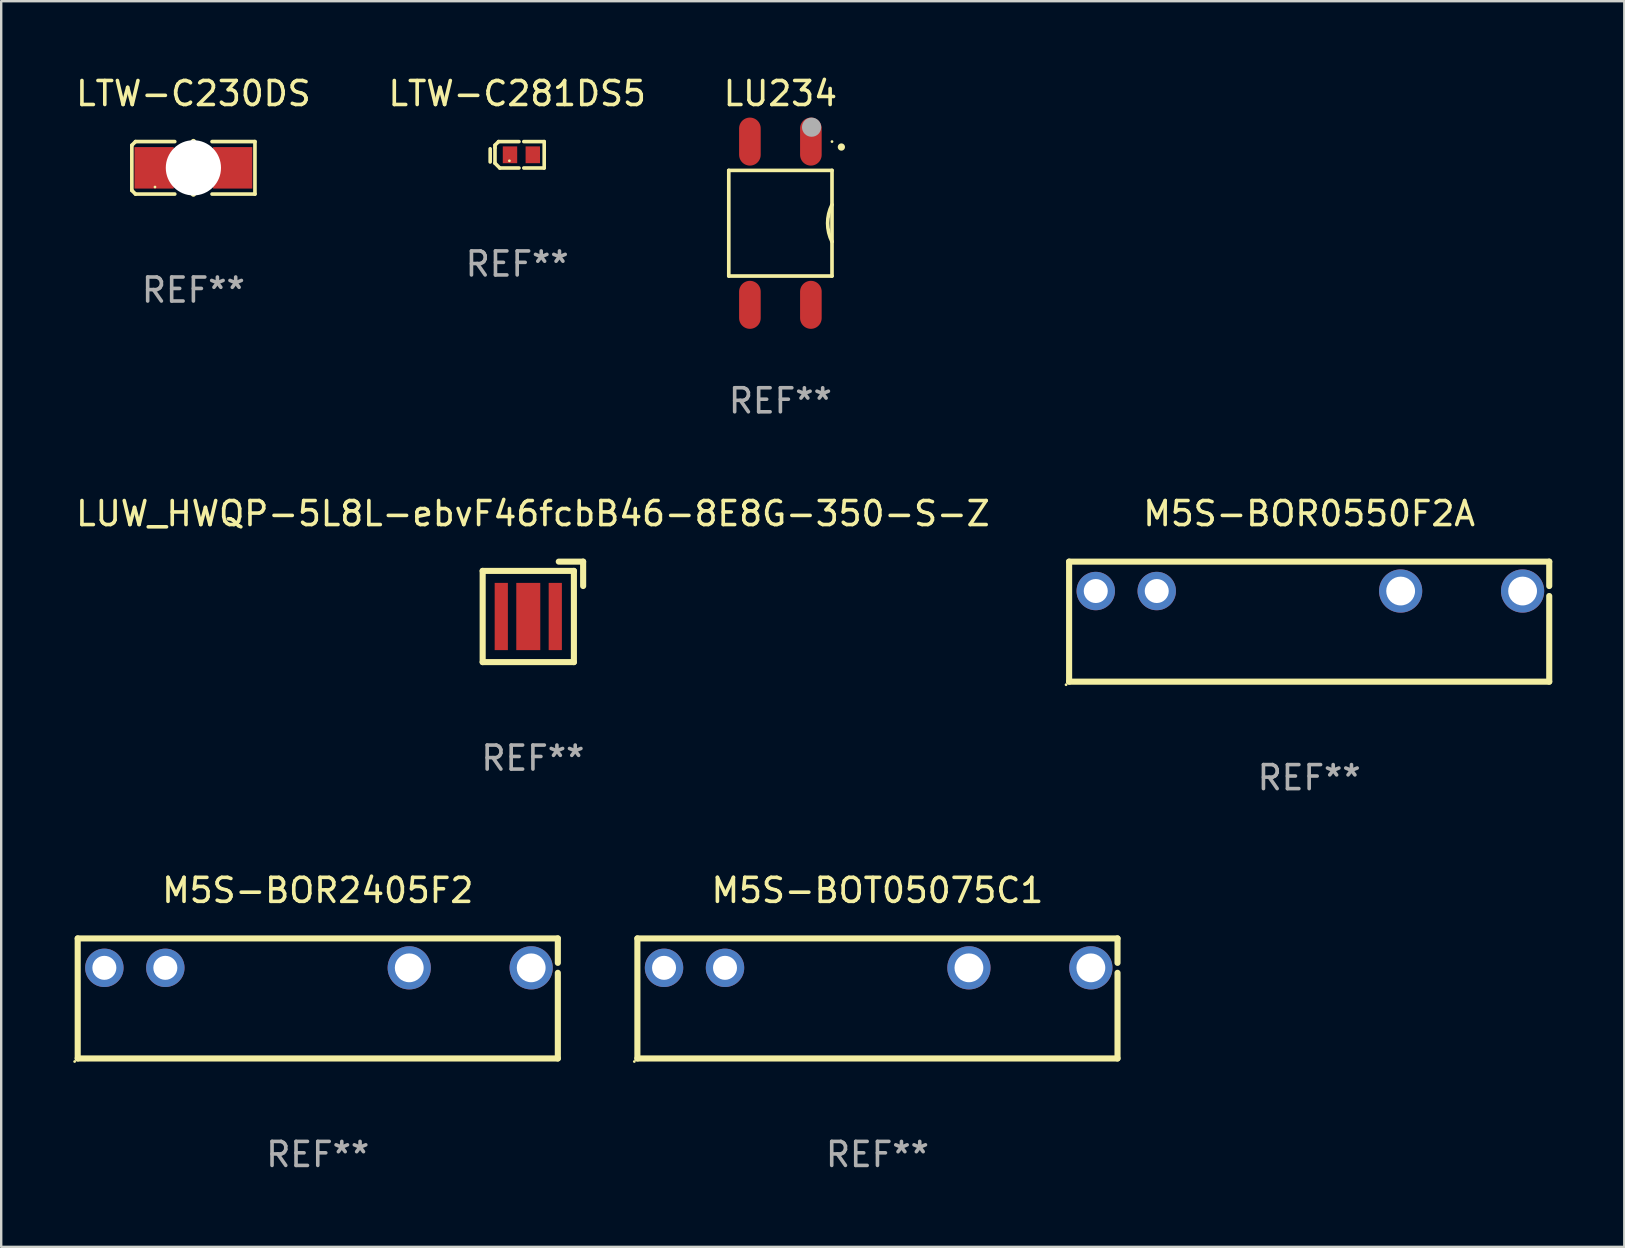
<source format=kicad_pcb>
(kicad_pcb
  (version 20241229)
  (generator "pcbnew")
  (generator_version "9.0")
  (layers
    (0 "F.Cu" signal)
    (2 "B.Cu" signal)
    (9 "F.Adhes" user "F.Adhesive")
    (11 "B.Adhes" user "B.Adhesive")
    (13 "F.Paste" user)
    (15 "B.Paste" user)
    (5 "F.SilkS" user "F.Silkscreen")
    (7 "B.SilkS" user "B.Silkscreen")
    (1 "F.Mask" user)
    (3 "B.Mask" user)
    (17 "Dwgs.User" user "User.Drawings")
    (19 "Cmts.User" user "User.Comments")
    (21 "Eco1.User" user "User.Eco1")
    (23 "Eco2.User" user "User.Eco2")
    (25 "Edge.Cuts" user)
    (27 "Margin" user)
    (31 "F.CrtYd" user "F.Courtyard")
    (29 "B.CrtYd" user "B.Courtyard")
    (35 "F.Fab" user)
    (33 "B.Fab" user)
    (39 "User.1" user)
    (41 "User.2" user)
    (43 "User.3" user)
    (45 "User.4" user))
  (footprint "M5S-BOR0550F2A"
    (layer "F.Cu")
    (at 51.485 22.845)
    (property "Reference" "M5S-BOR0550F2A" (at 0 -4.5 0) (layer "F.SilkS") (effects (font (size 1 1) (thickness 0.15))))
    (attr through_hole)
    (fp_line (start -10 -2.5) (end 10 -2.5) (stroke (width 0.254) (type solid)) (layer "F.SilkS"))
    (fp_line (start -10 2.5) (end -10 -2.5) (stroke (width 0.254) (type solid)) (layer "F.SilkS"))
    (fp_line (start 10 -2.5) (end 10 -1.482) (stroke (width 0.254) (type solid)) (layer "F.SilkS"))
    (fp_line (start 10 -1.068) (end 10 2.5) (stroke (width 0.254) (type solid)) (layer "F.SilkS"))
    (fp_line (start 10 2.5) (end -10 2.5) (stroke (width 0.254) (type solid)) (layer "F.SilkS"))
    (fp_circle (center -10.127 2.627) (end -10.097 2.627) (stroke (width 0.06) (type solid)) (fill no) (layer "F.SilkS"))
    (fp_text user "REF**" (at 0 6.5 0) (layer "F.Fab") (effects (font (size 1 1) (thickness 0.15))))
    (pad "1" thru_hole circle (at -8.89 -1.275) (size 1.6 1.6) (drill 1) (layers "*.Cu" "*.Mask"))
    (pad "2" thru_hole circle (at -6.35 -1.275) (size 1.6 1.6) (drill 1) (layers "*.Cu" "*.Mask"))
    (pad "6" thru_hole circle (at 3.81 -1.275) (size 1.8 1.8) (drill 1.2) (layers "*.Cu" "*.Mask"))
    (pad "8" thru_hole circle (at 8.89 -1.275) (size 1.8 1.8) (drill 1.2) (layers "*.Cu" "*.Mask")))
  (footprint "M5S-BOT05075C1"
    (layer "F.Cu")
    (at 33.501 38.541)
    (property "Reference" "M5S-BOT05075C1" (at 0 -4.5 0) (layer "F.SilkS") (effects (font (size 1 1) (thickness 0.15))))
    (attr through_hole)
    (fp_line (start -10 -2.5) (end 10 -2.5) (stroke (width 0.254) (type solid)) (layer "F.SilkS"))
    (fp_line (start -10 2.5) (end -10 -2.5) (stroke (width 0.254) (type solid)) (layer "F.SilkS"))
    (fp_line (start 10 -2.5) (end 10 -1.482) (stroke (width 0.254) (type solid)) (layer "F.SilkS"))
    (fp_line (start 10 -1.068) (end 10 2.5) (stroke (width 0.254) (type solid)) (layer "F.SilkS"))
    (fp_line (start 10 2.5) (end -10 2.5) (stroke (width 0.254) (type solid)) (layer "F.SilkS"))
    (fp_circle (center -10.127 2.627) (end -10.097 2.627) (stroke (width 0.06) (type solid)) (fill no) (layer "F.SilkS"))
    (fp_text user "REF**" (at 0 6.5 0) (layer "F.Fab") (effects (font (size 1 1) (thickness 0.15))))
    (pad "1" thru_hole circle (at -8.89 -1.275) (size 1.6 1.6) (drill 1) (layers "*.Cu" "*.Mask"))
    (pad "2" thru_hole circle (at -6.35 -1.275) (size 1.6 1.6) (drill 1) (layers "*.Cu" "*.Mask"))
    (pad "6" thru_hole circle (at 3.81 -1.275) (size 1.8 1.8) (drill 1.2) (layers "*.Cu" "*.Mask"))
    (pad "8" thru_hole circle (at 8.89 -1.275) (size 1.8 1.8) (drill 1.2) (layers "*.Cu" "*.Mask")))
  (footprint "M5S-BOR2405F2"
    (layer "F.Cu")
    (at 10.187 38.541)
    (property "Reference" "M5S-BOR2405F2" (at 0 -4.5 0) (layer "F.SilkS") (effects (font (size 1 1) (thickness 0.15))))
    (attr through_hole)
    (fp_line (start -10 -2.5) (end 10 -2.5) (stroke (width 0.254) (type solid)) (layer "F.SilkS"))
    (fp_line (start -10 2.5) (end -10 -2.5) (stroke (width 0.254) (type solid)) (layer "F.SilkS"))
    (fp_line (start 10 -2.5) (end 10 -1.482) (stroke (width 0.254) (type solid)) (layer "F.SilkS"))
    (fp_line (start 10 -1.068) (end 10 2.5) (stroke (width 0.254) (type solid)) (layer "F.SilkS"))
    (fp_line (start 10 2.5) (end -10 2.5) (stroke (width 0.254) (type solid)) (layer "F.SilkS"))
    (fp_circle (center -10.127 2.627) (end -10.097 2.627) (stroke (width 0.06) (type solid)) (fill no) (layer "F.SilkS"))
    (fp_text user "REF**" (at 0 6.5 0) (layer "F.Fab") (effects (font (size 1 1) (thickness 0.15))))
    (pad "1" thru_hole circle (at -8.89 -1.275) (size 1.6 1.6) (drill 1) (layers "*.Cu" "*.Mask"))
    (pad "2" thru_hole circle (at -6.35 -1.275) (size 1.6 1.6) (drill 1) (layers "*.Cu" "*.Mask"))
    (pad "6" thru_hole circle (at 3.81 -1.275) (size 1.8 1.8) (drill 1.2) (layers "*.Cu" "*.Mask"))
    (pad "8" thru_hole circle (at 8.89 -1.275) (size 1.8 1.8) (drill 1.2) (layers "*.Cu" "*.Mask")))
  (footprint "LTW-C230DS"
    (layer "F.Cu")
    (at 5.006 3.941)
    (property "Reference" "LTW-C230DS" (at 0 -3.093 0) (layer "F.SilkS") (effects (font (size 1 1) (thickness 0.15))))
    (attr through_hole)
    (fp_line (start -2.564 -0.94) (end -2.411 -1.093) (stroke (width 0.152) (type solid)) (layer "F.SilkS"))
    (fp_line (start -2.564 0.94) (end -2.564 -0.94) (stroke (width 0.152) (type solid)) (layer "F.SilkS"))
    (fp_line (start -2.411 -1.093) (end -0.776 -1.093) (stroke (width 0.152) (type solid)) (layer "F.SilkS"))
    (fp_line (start -2.411 1.093) (end -2.564 0.94) (stroke (width 0.152) (type solid)) (layer "F.SilkS"))
    (fp_line (start -0.776 1.093) (end -2.411 1.093) (stroke (width 0.152) (type solid)) (layer "F.SilkS"))
    (fp_line (start 0.776 1.093) (end 2.564 1.093) (stroke (width 0.152) (type solid)) (layer "F.SilkS"))
    (fp_line (start 2.564 -1.093) (end 0.776 -1.093) (stroke (width 0.152) (type solid)) (layer "F.SilkS"))
    (fp_line (start 2.564 1.093) (end 2.564 -1.093) (stroke (width 0.152) (type solid)) (layer "F.SilkS"))
    (fp_circle (center -1.6 0.8) (end -1.57 0.8) (stroke (width 0.06) (type solid)) (fill no) (layer "F.SilkS"))
    (fp_circle (center 0.000051 -1.093) (end 0.038 -1.093) (stroke (width 0.076) (type solid)) (fill no) (layer "F.SilkS"))
    (fp_circle (center 0.000051 1.093) (end 0.038 1.093) (stroke (width 0.076) (type solid)) (fill no) (layer "F.SilkS"))
    (fp_text user "REF**" (at 0 5.093 0) (layer "F.Fab") (effects (font (size 1 1) (thickness 0.15))))
    (pad "" np_thru_hole circle (at 0.000051 0.000076) (size 2.3 2.3) (drill 2.3) (layers "*.Cu" "*.Mask"))
    (pad "1" smd rect (at -1.637 0.000076) (size 1.635 1.728) (layers "F.Cu" "F.Mask" "F.Paste"))
    (pad "2" smd rect (at 1.637 0.000076) (size 1.635 1.728) (layers "F.Cu" "F.Mask" "F.Paste")))
  (footprint "LU234"
    (layer "F.Cu")
    (at 29.458 6.248)
    (property "Reference" "LU234" (at 0 -5.4 0) (layer "F.SilkS") (effects (font (size 1 1) (thickness 0.15))))
    (attr through_hole)
    (fp_line (start -2.15 -2.2) (end 2.15 -2.2) (stroke (width 0.152) (type solid)) (layer "F.SilkS"))
    (fp_line (start -2.15 2.2) (end -2.15 -2.2) (stroke (width 0.152) (type solid)) (layer "F.SilkS"))
    (fp_line (start 2.15 -2.2) (end 2.15 2.2) (stroke (width 0.152) (type solid)) (layer "F.SilkS"))
    (fp_line (start 2.15 2.2) (end -2.15 2.2) (stroke (width 0.152) (type solid)) (layer "F.SilkS"))
    (fp_arc (start 2.150863 0.770967) (mid 1.968568 0.000101) (end 2.15 -0.770968) (stroke (width 0.151994) (type solid)) (layer "F.SilkS"))
    (fp_arc (start 2.539992 -3.172162) (mid 2.539987 -3.173432) (end 2.539992 -3.174702) (stroke (width 0.3) (type solid)) (layer "F.SilkS"))
    (fp_circle (center 2.15 -3.4) (end 2.18 -3.4) (stroke (width 0.06) (type solid)) (fill no) (layer "F.SilkS"))
    (fp_circle (center 1.3 -4) (end 1.5 -4) (stroke (width 0.4) (type solid)) (fill no) (layer "F.Fab"))
    (fp_text user "REF**" (at 0 7.4 0) (layer "F.Fab") (effects (font (size 1 1) (thickness 0.15))))
    (pad "1" smd oval (at 1.27 -3.4) (size 0.9 2) (layers "F.Cu" "F.Mask" "F.Paste"))
    (pad "2" smd oval (at -1.27 -3.4) (size 0.9 2) (layers "F.Cu" "F.Mask" "F.Paste"))
    (pad "3" smd oval (at -1.27 3.4) (size 0.9 2) (layers "F.Cu" "F.Mask" "F.Paste"))
    (pad "4" smd oval (at 1.27 3.4) (size 0.9 2) (layers "F.Cu" "F.Mask" "F.Paste")))
  (footprint "LTW-C281DS5"
    (layer "F.Cu")
    (at 18.494 3.398)
    (property "Reference" "LTW-C281DS5" (at 0 -2.55 0) (layer "F.SilkS") (effects (font (size 1 1) (thickness 0.15))))
    (attr through_hole)
    (fp_line (start -1.125 -0.25) (end -1.125 0.299) (stroke (width 0.15) (type solid)) (layer "F.SilkS"))
    (fp_line (start -0.925 -0.4) (end -0.775 -0.55) (stroke (width 0.15) (type solid)) (layer "F.SilkS"))
    (fp_line (start -0.925 -0.3) (end -0.925 -0.4) (stroke (width 0.15) (type solid)) (layer "F.SilkS"))
    (fp_line (start -0.925 0.35) (end -0.925 -0.3) (stroke (width 0.15) (type solid)) (layer "F.SilkS"))
    (fp_line (start -0.725 0.55) (end -0.925 0.35) (stroke (width 0.15) (type solid)) (layer "F.SilkS"))
    (fp_line (start 0.075 -0.55) (end -0.775 -0.55) (stroke (width 0.15) (type solid)) (layer "F.SilkS"))
    (fp_line (start 0.075 0.55) (end -0.725 0.55) (stroke (width 0.15) (type solid)) (layer "F.SilkS"))
    (fp_line (start 1.125 -0.55) (end 0.275 -0.55) (stroke (width 0.15) (type solid)) (layer "F.SilkS"))
    (fp_line (start 1.125 0.55) (end 0.275 0.55) (stroke (width 0.15) (type solid)) (layer "F.SilkS"))
    (fp_line (start 1.125 0.55) (end 1.125 -0.55) (stroke (width 0.15) (type solid)) (layer "F.SilkS"))
    (fp_circle (center -0.325 0.25) (end -0.295 0.25) (stroke (width 0.06) (type solid)) (fill no) (layer "F.SilkS"))
    (fp_text user "REF**" (at 0 4.55 0) (layer "F.Fab") (effects (font (size 1 1) (thickness 0.15))))
    (pad "1" smd rect (at -0.3 0 180) (size 0.6 0.7) (layers "F.Cu" "F.Mask" "F.Paste"))
    (pad "2" smd rect (at 0.65 0 180) (size 0.6 0.7) (layers "F.Cu" "F.Mask" "F.Paste")))
  (footprint "LUW_HWQP-5L8L-ebvF46fcbB46-8E8G-350-S-Z"
    (layer "F.Cu")
    (at 19.149 22.438)
    (property "Reference" "LUW_HWQP-5L8L-ebvF46fcbB46-8E8G-350-S-Z" (at 0 -4.093 0) (layer "F.SilkS") (effects (font (size 1 1) (thickness 0.15))))
    (attr through_hole)
    (fp_line (start -2.093 -1.707) (end 1.707 -1.707) (stroke (width 0.254) (type solid)) (layer "F.SilkS"))
    (fp_line (start -2.093 2.093) (end -2.093 -1.707) (stroke (width 0.254) (type solid)) (layer "F.SilkS"))
    (fp_line (start 1.077 -2.093) (end 2.092 -2.092) (stroke (width 0.254) (type solid)) (layer "F.SilkS"))
    (fp_line (start 1.707 -1.707) (end 1.707 2.093) (stroke (width 0.254) (type solid)) (layer "F.SilkS"))
    (fp_line (start 1.707 2.093) (end -2.093 2.093) (stroke (width 0.254) (type solid)) (layer "F.SilkS"))
    (fp_line (start 2.092 -2.092) (end 2.093 -1.077) (stroke (width 0.254) (type solid)) (layer "F.SilkS"))
    (fp_circle (center -2.068 2.068) (end -2.038 2.068) (stroke (width 0.06) (type solid)) (fill no) (layer "F.SilkS"))
    (fp_text user "REF**" (at 0 6.093 0) (layer "F.Fab") (effects (font (size 1 1) (thickness 0.15))))
    (pad "1" smd rect (at -1.318 0.193 90) (size 2.8 0.55) (layers "F.Cu" "F.Mask" "F.Paste"))
    (pad "2" smd rect (at 0.932 0.193 90) (size 2.8 0.55) (layers "F.Cu" "F.Mask" "F.Paste"))
    (pad "3" smd rect (at -0.193 0.193 90) (size 2.8 1) (layers "F.Cu" "F.Mask" "F.Paste")))
  (gr_rect
    (start -3 -3)
    (end 64.612 48.89)
    (stroke (width 0.1) (type default))
    (fill no)
    (layer "Edge.Cuts")))
</source>
